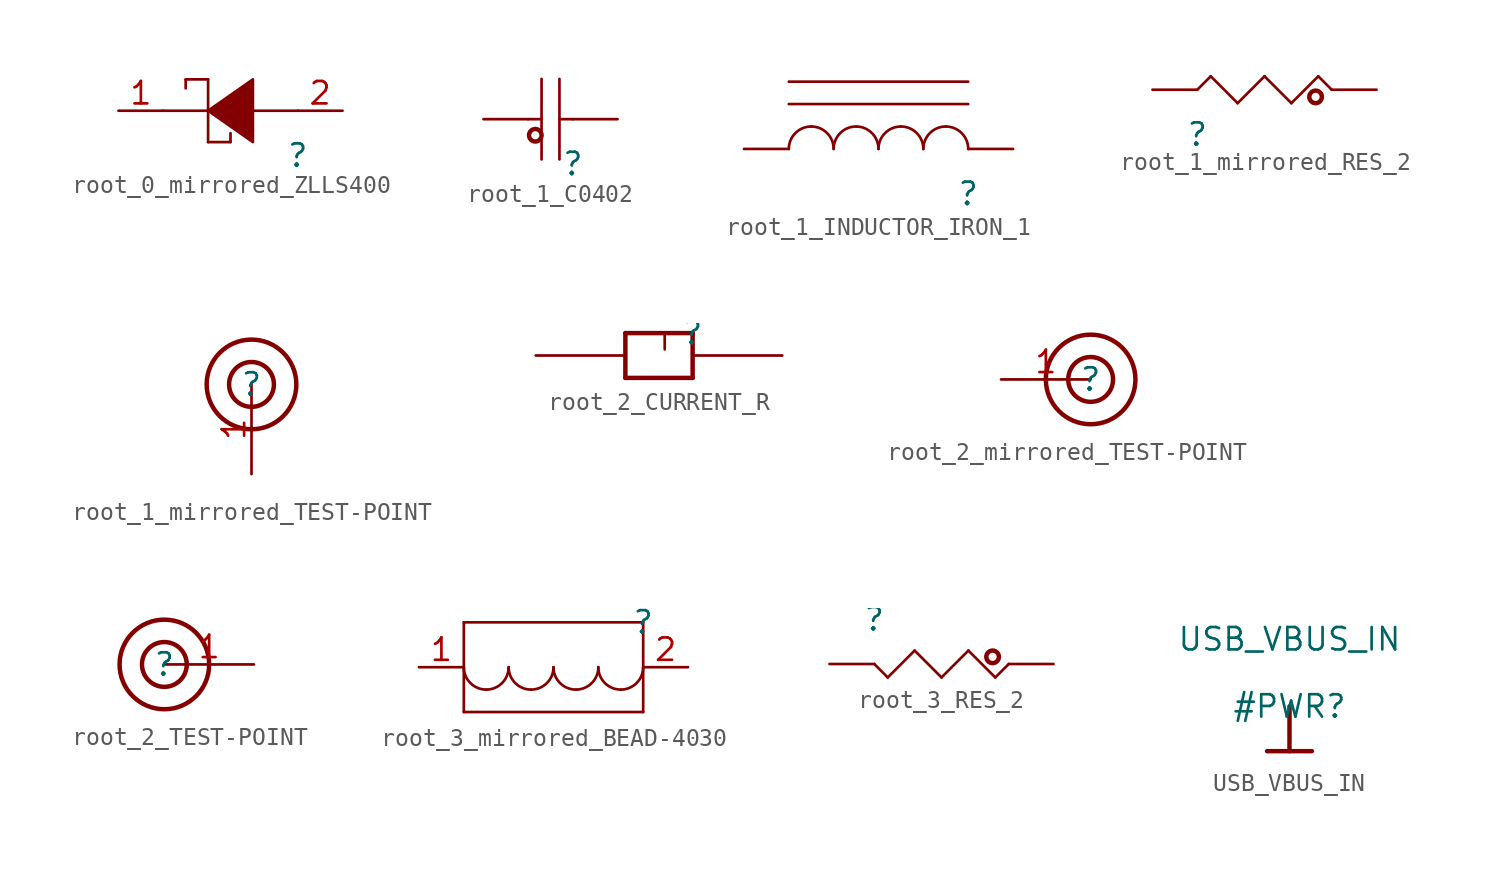
<source format=kicad_sym>
(kicad_symbol_lib
  (version 20220914)
  (generator kicad_symbol_editor)
  (symbol "root_0_mirrored_ZLLS400"
    (property "Reference" ""
      (at 0 0 0)
      (effects (font (size 1.27 1.27))))
    (property "Value" ""
      (at 0 0 0)
      (effects (font (size 1.27 1.27))))
    (symbol "root_0_mirrored_ZLLS400_1_0"
      (polyline (pts (xy -6.35 4.318) (xy -6.35 3.81)) (stroke (width 0) (type solid)) (fill (type none)))
      (polyline (pts (xy -5.08 0.762) (xy -3.81 0.762)) (stroke (width 0) (type solid)) (fill (type none)))
      (polyline (pts (xy -5.08 2.54) (xy -7.62 2.54)) (stroke (width 0) (type solid)) (fill (type none)))
      (polyline (pts (xy -5.08 4.318) (xy -6.35 4.318)) (stroke (width 0) (type solid)) (fill (type none)))
      (polyline (pts (xy -5.08 4.318) (xy -5.08 0.762)) (stroke (width 0) (type solid)) (fill (type none)))
      (polyline (pts (xy -3.81 0.762) (xy -3.81 1.27)) (stroke (width 0) (type solid)) (fill (type none)))
      (polyline (pts (xy 0 2.54) (xy -2.54 2.54)) (stroke (width 0) (type solid)) (fill (type none)))
      (polyline (pts (xy -5.08 2.54) (xy -5.08 2.54) (xy -2.54 0.762) (xy -2.54 4.318) (xy -5.08 2.54) (xy -5.08 2.54)) (stroke (width 0) (type solid)) (fill (type outline)))
      (pin passive line (at -10.16 2.54 0) (length 2.54) (name "C" (effects (font (size 0 0)))) (number "1" (effects (font (size 1.27 1.27)))))
      (pin passive line (at 2.54 2.54 180) (length 2.54) (name "A" (effects (font (size 0 0)))) (number "2" (effects (font (size 1.27 1.27)))))))
  (symbol "root_1_C0402"
    (property "Reference" ""
      (at 0 0 0)
      (effects (font (size 1.27 1.27))))
    (property "Value" ""
      (at 0 0 0)
      (effects (font (size 1.27 1.27))))
    (symbol "root_1_C0402_1_0"
      (circle (center -2.134 1.626) (radius 0.356) (stroke (width 0.254) (type solid)) (fill (type none)))
      (polyline (pts (xy -2.54 2.54) (xy -1.778 2.54)) (stroke (width 0) (type solid)) (fill (type none)))
      (polyline (pts (xy -1.778 0.254) (xy -1.778 4.826)) (stroke (width 0) (type solid)) (fill (type none)))
      (polyline (pts (xy -0.762 0.254) (xy -0.762 4.826)) (stroke (width 0) (type solid)) (fill (type none)))
      (polyline (pts (xy 0 2.54) (xy -0.762 2.54)) (stroke (width 0) (type solid)) (fill (type none)))
      (pin passive line (at -5.08 2.54 0) (length 2.54) (name "1" (effects (font (size 0 0)))) (number "1" (effects (font (size 0 0)))))
      (pin passive line (at 2.54 2.54 180) (length 2.54) (name "2" (effects (font (size 0 0)))) (number "2" (effects (font (size 0 0)))))))
  (symbol "root_1_INDUCTOR_IRON_1"
    (property "Reference" ""
      (at 0 0 0)
      (effects (font (size 1.27 1.27))))
    (property "Value" ""
      (at 0 0 0)
      (effects (font (size 1.27 1.27))))
    (symbol "root_1_INDUCTOR_IRON_1_1_0"
      (arc (start -8.89 3.81) (mid -9.788 3.438) (end -10.16 2.54) (stroke (width 0) (type solid)) (fill (type none)))
      (arc (start -7.62 2.54) (mid -7.992 3.438) (end -8.89 3.81) (stroke (width 0) (type solid)) (fill (type none)))
      (arc (start -6.35 3.81) (mid -7.248 3.438) (end -7.62 2.54) (stroke (width 0) (type solid)) (fill (type none)))
      (arc (start -5.08 2.54) (mid -5.452 3.438) (end -6.35 3.81) (stroke (width 0) (type solid)) (fill (type none)))
      (arc (start -3.81 3.81) (mid -4.708 3.438) (end -5.08 2.54) (stroke (width 0) (type solid)) (fill (type none)))
      (arc (start -2.54 2.54) (mid -2.912 3.438) (end -3.81 3.81) (stroke (width 0) (type solid)) (fill (type none)))
      (arc (start -1.27 3.81) (mid -2.168 3.438) (end -2.54 2.54) (stroke (width 0) (type solid)) (fill (type none)))
      (polyline (pts (xy -10.16 5.08) (xy 0 5.08)) (stroke (width 0) (type solid)) (fill (type none)))
      (polyline (pts (xy 0 6.35) (xy -10.16 6.35)) (stroke (width 0) (type solid)) (fill (type none)))
      (arc (start 0 2.54) (mid -0.372 3.438) (end -1.27 3.81) (stroke (width 0) (type solid)) (fill (type none)))
      (pin passive line (at -12.7 2.54 0) (length 2.54) (name "1" (effects (font (size 0 0)))) (number "1" (effects (font (size 0 0)))))
      (pin passive line (at 2.54 2.54 180) (length 2.54) (name "2" (effects (font (size 0 0)))) (number "2" (effects (font (size 0 0)))))))
  (symbol "root_1_mirrored_RES_2"
    (property "Reference" ""
      (at 0 0 0)
      (effects (font (size 1.27 1.27))))
    (property "Value" ""
      (at 0 0 0)
      (effects (font (size 1.27 1.27))))
    (symbol "root_1_mirrored_RES_2_1_0"
      (polyline (pts (xy 0.762 3.302) (xy 0 2.54)) (stroke (width 0) (type solid)) (fill (type none)))
      (polyline (pts (xy 2.286 1.778) (xy 0.762 3.302)) (stroke (width 0) (type solid)) (fill (type none)))
      (polyline (pts (xy 3.81 3.302) (xy 2.286 1.778)) (stroke (width 0) (type solid)) (fill (type none)))
      (polyline (pts (xy 5.334 1.778) (xy 3.81 3.302)) (stroke (width 0) (type solid)) (fill (type none)))
      (polyline (pts (xy 6.858 3.302) (xy 5.334 1.778)) (stroke (width 0) (type solid)) (fill (type none)))
      (polyline (pts (xy 7.62 2.54) (xy 6.858 3.302)) (stroke (width 0) (type solid)) (fill (type none)))
      (circle (center 6.706 2.134) (radius 0.356) (stroke (width 0.254) (type solid)) (fill (type none)))
      (pin passive line (at 10.16 2.54 180) (length 2.54) (name "1" (effects (font (size 0 0)))) (number "1" (effects (font (size 0 0)))))
      (pin passive line (at -2.54 2.54 0) (length 2.54) (name "2" (effects (font (size 0 0)))) (number "2" (effects (font (size 0 0)))))))
  (symbol "root_1_mirrored_TEST-POINT"
    (property "Reference" ""
      (at 0 0 0)
      (effects (font (size 1.27 1.27))))
    (property "Value" ""
      (at 0 0 0)
      (effects (font (size 1.27 1.27))))
    (symbol "root_1_mirrored_TEST-POINT_1_0"
      (circle (center 0 0) (radius 1.27) (stroke (width 0.254) (type solid)) (fill (type none)))
      (circle (center 0 0) (radius 2.54) (stroke (width 0.254) (type solid)) (fill (type none)))
      (pin passive line (at 0 -5.08 90) (length 5.08) (name "1" (effects (font (size 0 0)))) (number "1" (effects (font (size 1.27 1.27)))))))
  (symbol "root_2_CURRENT_R"
    (property "Reference" ""
      (at 0 0 0)
      (effects (font (size 1.27 1.27))))
    (property "Value" ""
      (at 0 0 0)
      (effects (font (size 1.27 1.27))))
    (symbol "root_2_CURRENT_R_1_0"
      (polyline (pts (xy -3.81 -2.54) (xy -3.81 0)) (stroke (width 0.254) (type solid)) (fill (type none)))
      (polyline (pts (xy -3.81 0) (xy 0 0)) (stroke (width 0.254) (type solid)) (fill (type none)))
      (polyline (pts (xy 0 -2.54) (xy -3.81 -2.54)) (stroke (width 0.254) (type solid)) (fill (type none)))
      (polyline (pts (xy 0 0) (xy 0 -2.54)) (stroke (width 0.254) (type solid)) (fill (type none)))
      (text "I" (at -1.27 0 0) (effects (font (size 0.889 0.889)) (justify right top)))
      (pin passive line (at 5.08 -1.27 180) (length 5.08) (name "1" (effects (font (size 0 0)))) (number "1" (effects (font (size 0 0)))))
      (pin passive line (at -8.89 -1.27 0) (length 5.08) (name "2" (effects (font (size 0 0)))) (number "2" (effects (font (size 0 0)))))))
  (symbol "root_2_mirrored_TEST-POINT"
    (property "Reference" ""
      (at 0 0 0)
      (effects (font (size 1.27 1.27))))
    (property "Value" ""
      (at 0 0 0)
      (effects (font (size 1.27 1.27))))
    (symbol "root_2_mirrored_TEST-POINT_1_0"
      (circle (center 0 0) (radius 1.27) (stroke (width 0.254) (type solid)) (fill (type none)))
      (circle (center 0 0) (radius 2.54) (stroke (width 0.254) (type solid)) (fill (type none)))
      (pin passive line (at -5.08 0 0) (length 5.08) (name "1" (effects (font (size 0 0)))) (number "1" (effects (font (size 1.27 1.27)))))))
  (symbol "root_2_TEST-POINT"
    (property "Reference" ""
      (at 0 0 0)
      (effects (font (size 1.27 1.27))))
    (property "Value" ""
      (at 0 0 0)
      (effects (font (size 1.27 1.27))))
    (symbol "root_2_TEST-POINT_1_0"
      (circle (center 0 0) (radius 1.27) (stroke (width 0.254) (type solid)) (fill (type none)))
      (circle (center 0 0) (radius 2.54) (stroke (width 0.254) (type solid)) (fill (type none)))
      (pin passive line (at 5.08 0 180) (length 5.08) (name "1" (effects (font (size 0 0)))) (number "1" (effects (font (size 1.27 1.27)))))))
  (symbol "root_3_mirrored_BEAD-4030"
    (property "Reference" ""
      (at 0 0 0)
      (effects (font (size 1.27 1.27))))
    (property "Value" ""
      (at 0 0 0)
      (effects (font (size 1.27 1.27))))
    (symbol "root_3_mirrored_BEAD-4030_1_0"
      (arc (start -10.16 -2.54) (mid -9.788 -3.438) (end -8.89 -3.81) (stroke (width 0) (type solid)) (fill (type none)))
      (arc (start -8.89 -3.81) (mid -7.992 -3.438) (end -7.62 -2.54) (stroke (width 0) (type solid)) (fill (type none)))
      (arc (start -7.62 -2.54) (mid -7.248 -3.438) (end -6.35 -3.81) (stroke (width 0) (type solid)) (fill (type none)))
      (arc (start -6.35 -3.81) (mid -5.452 -3.438) (end -5.08 -2.54) (stroke (width 0) (type solid)) (fill (type none)))
      (arc (start -5.08 -2.54) (mid -4.708 -3.438) (end -3.81 -3.81) (stroke (width 0) (type solid)) (fill (type none)))
      (arc (start -3.81 -3.81) (mid -2.912 -3.438) (end -2.54 -2.54) (stroke (width 0) (type solid)) (fill (type none)))
      (arc (start -2.54 -2.54) (mid -2.168 -3.438) (end -1.27 -3.81) (stroke (width 0) (type solid)) (fill (type none)))
      (arc (start -1.27 -3.81) (mid -0.372 -3.438) (end 0 -2.54) (stroke (width 0) (type solid)) (fill (type none)))
      (polyline (pts (xy -10.16 -5.08) (xy 0 -5.08)) (stroke (width 0) (type solid)) (fill (type none)))
      (polyline (pts (xy -10.16 0) (xy -10.16 -5.08)) (stroke (width 0) (type solid)) (fill (type none)))
      (polyline (pts (xy 0 -5.08) (xy 0 0)) (stroke (width 0) (type solid)) (fill (type none)))
      (polyline (pts (xy 0 0) (xy -10.16 0)) (stroke (width 0) (type solid)) (fill (type none)))
      (pin passive line (at -12.7 -2.54 0) (length 2.54) (name "1" (effects (font (size 0 0)))) (number "1" (effects (font (size 1.27 1.27)))))
      (pin passive line (at 2.54 -2.54 180) (length 2.54) (name "2" (effects (font (size 0 0)))) (number "2" (effects (font (size 1.27 1.27)))))))
  (symbol "root_3_RES_2"
    (property "Reference" ""
      (at 0 0 0)
      (effects (font (size 1.27 1.27))))
    (property "Value" ""
      (at 0 0 0)
      (effects (font (size 1.27 1.27))))
    (symbol "root_3_RES_2_1_0"
      (polyline (pts (xy 0.762 -3.302) (xy 0 -2.54)) (stroke (width 0) (type solid)) (fill (type none)))
      (polyline (pts (xy 2.286 -1.778) (xy 0.762 -3.302)) (stroke (width 0) (type solid)) (fill (type none)))
      (polyline (pts (xy 3.81 -3.302) (xy 2.286 -1.778)) (stroke (width 0) (type solid)) (fill (type none)))
      (polyline (pts (xy 5.334 -1.778) (xy 3.81 -3.302)) (stroke (width 0) (type solid)) (fill (type none)))
      (polyline (pts (xy 6.858 -3.302) (xy 5.334 -1.778)) (stroke (width 0) (type solid)) (fill (type none)))
      (polyline (pts (xy 7.62 -2.54) (xy 6.858 -3.302)) (stroke (width 0) (type solid)) (fill (type none)))
      (circle (center 6.706 -2.134) (radius 0.356) (stroke (width 0.254) (type solid)) (fill (type none)))
      (pin passive line (at 10.16 -2.54 180) (length 2.54) (name "1" (effects (font (size 0 0)))) (number "1" (effects (font (size 0 0)))))
      (pin passive line (at -2.54 -2.54 0) (length 2.54) (name "2" (effects (font (size 0 0)))) (number "2" (effects (font (size 0 0)))))))
  (symbol "USB_VBUS_IN"
    (power)
    (property "Reference" "#PWR"
      (at 0 0 0)
      (effects (font (size 1.27 1.27))))
    (property "Value" "USB_VBUS_IN"
      (at 0 3.81 0)
      (effects (font (size 1.27 1.27))))
    (symbol "USB_VBUS_IN_0_0"
      (polyline (pts (xy -1.27 -2.54) (xy 1.27 -2.54)) (stroke (width 0.254) (type solid)) (fill (type none)))
      (polyline (pts (xy 0 0) (xy 0 -2.54)) (stroke (width 0.254) (type solid)) (fill (type none)))
      (pin power_in line (at 0 0 0) (length 0) hide (name "USB_VBUS_IN" (effects (font (size 1.27 1.27)))) (number "" (effects (font (size 1.27 1.27))))))))
</source>
